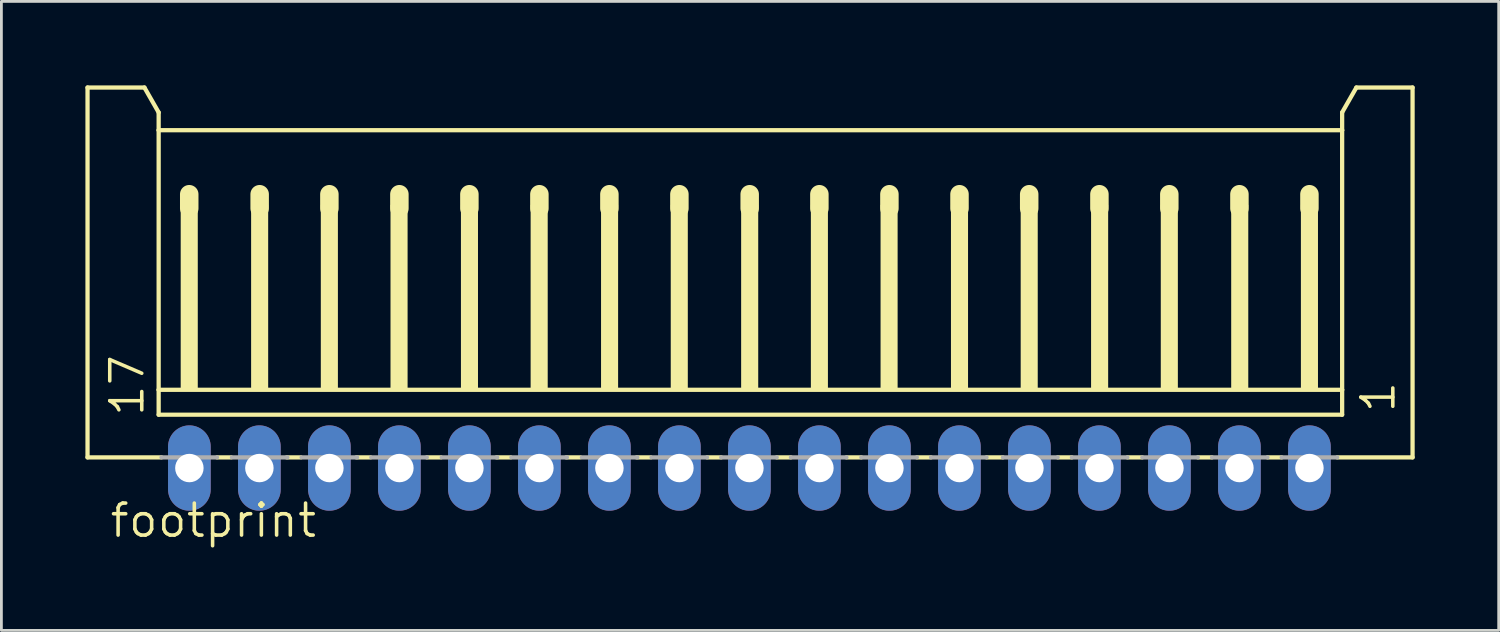
<source format=kicad_pcb>
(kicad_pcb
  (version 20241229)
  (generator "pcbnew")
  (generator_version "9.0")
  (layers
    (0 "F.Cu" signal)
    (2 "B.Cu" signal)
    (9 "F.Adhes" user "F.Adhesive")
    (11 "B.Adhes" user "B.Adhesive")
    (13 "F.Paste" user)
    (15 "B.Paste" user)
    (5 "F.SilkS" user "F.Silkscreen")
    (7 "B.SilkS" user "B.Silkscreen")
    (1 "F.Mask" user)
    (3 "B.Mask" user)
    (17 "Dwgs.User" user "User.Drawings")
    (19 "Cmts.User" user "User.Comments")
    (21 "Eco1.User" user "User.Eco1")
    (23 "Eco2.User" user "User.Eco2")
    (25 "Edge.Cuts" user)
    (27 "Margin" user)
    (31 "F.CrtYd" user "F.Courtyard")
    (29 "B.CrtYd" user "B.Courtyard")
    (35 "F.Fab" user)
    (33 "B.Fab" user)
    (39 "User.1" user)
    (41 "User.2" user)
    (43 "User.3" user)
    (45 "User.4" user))
  (footprint "footprint"
    (layer "F.Cu")
    (at 23.713 7.415)
    (property "Reference" "footprint" (at -22.901 8.79 0) (layer "F.SilkS") (effects (font (size 1.143 1.143) (thickness 0.127)) (justify left bottom)))
    (fp_line (start -23.637 -7.339) (end -21.605 -7.339) (stroke (width 0.152) (type solid)) (layer "F.SilkS"))
    (fp_line (start -23.637 5.869) (end -23.637 -7.339) (stroke (width 0.152) (type solid)) (layer "F.SilkS"))
    (fp_line (start -21.605 -7.339) (end -21.097 -6.45) (stroke (width 0.152) (type solid)) (layer "F.SilkS"))
    (fp_line (start -21.097 -6.45) (end -21.097 -5.815) (stroke (width 0.152) (type solid)) (layer "F.SilkS"))
    (fp_line (start -21.097 -5.815) (end -21.097 3.456) (stroke (width 0.152) (type solid)) (layer "F.SilkS"))
    (fp_line (start -21.097 3.456) (end -21.097 4.345) (stroke (width 0.152) (type solid)) (layer "F.SilkS"))
    (fp_line (start -20.996 5.869) (end -23.637 5.869) (stroke (width 0.152) (type solid)) (layer "F.SilkS"))
    (fp_line (start -20.005 -3.529) (end -20.005 -3.021) (stroke (width 0.66) (type solid)) (layer "F.SilkS"))
    (fp_line (start -18.506 5.869) (end -19.014 5.869) (stroke (width 0.152) (type solid)) (layer "F.SilkS"))
    (fp_line (start -17.49 -3.529) (end -17.49 -3.021) (stroke (width 0.66) (type solid)) (layer "F.SilkS"))
    (fp_line (start -16.017 5.869) (end -16.525 5.869) (stroke (width 0.152) (type solid)) (layer "F.SilkS"))
    (fp_line (start -15 -3.529) (end -15 -3.021) (stroke (width 0.66) (type solid)) (layer "F.SilkS"))
    (fp_line (start -13.528 5.869) (end -14.036 5.869) (stroke (width 0.152) (type solid)) (layer "F.SilkS"))
    (fp_line (start -12.5 -3.529) (end -12.5 -3.021) (stroke (width 0.66) (type solid)) (layer "F.SilkS"))
    (fp_line (start -11.013 5.869) (end -11.521 5.869) (stroke (width 0.152) (type solid)) (layer "F.SilkS"))
    (fp_line (start -10 -3.529) (end -10 -3.021) (stroke (width 0.66) (type solid)) (layer "F.SilkS"))
    (fp_line (start -8.524 5.869) (end -9.032 5.869) (stroke (width 0.152) (type solid)) (layer "F.SilkS"))
    (fp_line (start -7.5 -3.529) (end -7.5 -3.021) (stroke (width 0.66) (type solid)) (layer "F.SilkS"))
    (fp_line (start -6.035 5.869) (end -6.543 5.869) (stroke (width 0.152) (type solid)) (layer "F.SilkS"))
    (fp_line (start -5 -3.529) (end -5 -3.021) (stroke (width 0.66) (type solid)) (layer "F.SilkS"))
    (fp_line (start -3.52 5.869) (end -4.028 5.869) (stroke (width 0.152) (type solid)) (layer "F.SilkS"))
    (fp_line (start -2.5 -3.529) (end -2.5 -3.021) (stroke (width 0.66) (type solid)) (layer "F.SilkS"))
    (fp_line (start -1.006 5.869) (end -1.514 5.869) (stroke (width 0.152) (type solid)) (layer "F.SilkS"))
    (fp_line (start 0.01 -3.529) (end 0.01 -3.021) (stroke (width 0.66) (type solid)) (layer "F.SilkS"))
    (fp_line (start 1.483 5.869) (end 0.975 5.869) (stroke (width 0.152) (type solid)) (layer "F.SilkS"))
    (fp_line (start 2.499 -3.529) (end 2.499 -3.021) (stroke (width 0.66) (type solid)) (layer "F.SilkS"))
    (fp_line (start 3.998 5.869) (end 3.465 5.869) (stroke (width 0.152) (type solid)) (layer "F.SilkS"))
    (fp_line (start 5 -3.529) (end 5 -3.021) (stroke (width 0.66) (type solid)) (layer "F.SilkS"))
    (fp_line (start 6.487 5.869) (end 5.979 5.869) (stroke (width 0.152) (type solid)) (layer "F.SilkS"))
    (fp_line (start 7.503 -3.529) (end 7.503 -3.021) (stroke (width 0.66) (type solid)) (layer "F.SilkS"))
    (fp_line (start 9.053 5.869) (end 8.468 5.869) (stroke (width 0.152) (type solid)) (layer "F.SilkS"))
    (fp_line (start 9.992 -3.529) (end 9.992 -3.021) (stroke (width 0.66) (type solid)) (layer "F.SilkS"))
    (fp_line (start 11.516 5.869) (end 11.008 5.869) (stroke (width 0.152) (type solid)) (layer "F.SilkS"))
    (fp_line (start 12.5 -3.529) (end 12.5 -3.021) (stroke (width 0.66) (type solid)) (layer "F.SilkS"))
    (fp_line (start 14.031 5.869) (end 13.498 5.869) (stroke (width 0.152) (type solid)) (layer "F.SilkS"))
    (fp_line (start 14.996 -3.529) (end 14.996 -3.021) (stroke (width 0.66) (type solid)) (layer "F.SilkS"))
    (fp_line (start 16.52 5.869) (end 16.012 5.869) (stroke (width 0.152) (type solid)) (layer "F.SilkS"))
    (fp_line (start 17.5 -3.529) (end 17.5 -3.021) (stroke (width 0.66) (type solid)) (layer "F.SilkS"))
    (fp_line (start 19.009 5.869) (end 18.501 5.869) (stroke (width 0.152) (type solid)) (layer "F.SilkS"))
    (fp_line (start 20 -3.529) (end 20 -3.021) (stroke (width 0.66) (type solid)) (layer "F.SilkS"))
    (fp_line (start 21.168 -6.45) (end 21.168 -5.815) (stroke (width 0.152) (type solid)) (layer "F.SilkS"))
    (fp_line (start 21.168 -6.45) (end 21.676 -7.339) (stroke (width 0.152) (type solid)) (layer "F.SilkS"))
    (fp_line (start 21.168 -5.815) (end -21.097 -5.815) (stroke (width 0.152) (type solid)) (layer "F.SilkS"))
    (fp_line (start 21.168 -5.815) (end 21.168 3.456) (stroke (width 0.152) (type solid)) (layer "F.SilkS"))
    (fp_line (start 21.168 3.456) (end -21.097 3.456) (stroke (width 0.152) (type solid)) (layer "F.SilkS"))
    (fp_line (start 21.168 3.456) (end 21.168 4.345) (stroke (width 0.152) (type solid)) (layer "F.SilkS"))
    (fp_line (start 21.168 4.345) (end -21.097 4.345) (stroke (width 0.152) (type solid)) (layer "F.SilkS"))
    (fp_line (start 23.683 -7.339) (end 21.676 -7.339) (stroke (width 0.152) (type solid)) (layer "F.SilkS"))
    (fp_line (start 23.683 5.869) (end 20.991 5.869) (stroke (width 0.152) (type solid)) (layer "F.SilkS"))
    (fp_line (start 23.683 5.869) (end 23.683 -7.339) (stroke (width 0.152) (type solid)) (layer "F.SilkS"))
    (fp_poly (pts (xy -20.31 3.456) (xy -19.7 3.456) (xy -19.7 -3.148) (xy -20.31 -3.148)) (stroke (width 0) (type solid)) (fill yes) (layer "F.SilkS"))
    (fp_poly (pts (xy -17.795 3.456) (xy -17.186 3.456) (xy -17.186 -3.148) (xy -17.795 -3.148)) (stroke (width 0) (type solid)) (fill yes) (layer "F.SilkS"))
    (fp_poly (pts (xy -15.306 3.456) (xy -14.696 3.456) (xy -14.696 -3.148) (xy -15.306 -3.148)) (stroke (width 0) (type solid)) (fill yes) (layer "F.SilkS"))
    (fp_poly (pts (xy -12.817 3.456) (xy -12.207 3.456) (xy -12.207 -3.148) (xy -12.817 -3.148)) (stroke (width 0) (type solid)) (fill yes) (layer "F.SilkS"))
    (fp_poly (pts (xy -10.302 3.456) (xy -9.693 3.456) (xy -9.693 -3.148) (xy -10.302 -3.148)) (stroke (width 0) (type solid)) (fill yes) (layer "F.SilkS"))
    (fp_poly (pts (xy -7.813 3.456) (xy -7.203 3.456) (xy -7.203 -3.148) (xy -7.813 -3.148)) (stroke (width 0) (type solid)) (fill yes) (layer "F.SilkS"))
    (fp_poly (pts (xy -5.298 3.456) (xy -4.689 3.456) (xy -4.689 -3.148) (xy -5.298 -3.148)) (stroke (width 0) (type solid)) (fill yes) (layer "F.SilkS"))
    (fp_poly (pts (xy -2.809 3.456) (xy -2.2 3.456) (xy -2.2 -3.148) (xy -2.809 -3.148)) (stroke (width 0) (type solid)) (fill yes) (layer "F.SilkS"))
    (fp_poly (pts (xy -0.295 3.456) (xy 0.315 3.456) (xy 0.315 -3.148) (xy -0.295 -3.148)) (stroke (width 0) (type solid)) (fill yes) (layer "F.SilkS"))
    (fp_poly (pts (xy 2.195 3.456) (xy 2.804 3.456) (xy 2.804 -3.148) (xy 2.195 -3.148)) (stroke (width 0) (type solid)) (fill yes) (layer "F.SilkS"))
    (fp_poly (pts (xy 4.684 3.456) (xy 5.293 3.456) (xy 5.293 -3.148) (xy 4.684 -3.148)) (stroke (width 0) (type solid)) (fill yes) (layer "F.SilkS"))
    (fp_poly (pts (xy 7.198 3.456) (xy 7.808 3.456) (xy 7.808 -3.148) (xy 7.198 -3.148)) (stroke (width 0) (type solid)) (fill yes) (layer "F.SilkS"))
    (fp_poly (pts (xy 9.688 3.456) (xy 10.297 3.456) (xy 10.297 -3.148) (xy 9.688 -3.148)) (stroke (width 0) (type solid)) (fill yes) (layer "F.SilkS"))
    (fp_poly (pts (xy 12.202 3.456) (xy 12.812 3.456) (xy 12.812 -3.148) (xy 12.202 -3.148)) (stroke (width 0) (type solid)) (fill yes) (layer "F.SilkS"))
    (fp_poly (pts (xy 14.691 3.456) (xy 15.301 3.456) (xy 15.301 -3.148) (xy 14.691 -3.148)) (stroke (width 0) (type solid)) (fill yes) (layer "F.SilkS"))
    (fp_poly (pts (xy 17.206 3.456) (xy 17.816 3.456) (xy 17.816 -3.148) (xy 17.206 -3.148)) (stroke (width 0) (type solid)) (fill yes) (layer "F.SilkS"))
    (fp_poly (pts (xy 19.695 3.456) (xy 20.305 3.456) (xy 20.305 -3.148) (xy 19.695 -3.148)) (stroke (width 0) (type solid)) (fill yes) (layer "F.SilkS"))
    (fp_line (start -20.996 5.869) (end -19.014 5.869) (stroke (width 0.152) (type solid)) (layer "F.Fab"))
    (fp_line (start -18.481 5.869) (end -16.5 5.869) (stroke (width 0.152) (type solid)) (layer "F.Fab"))
    (fp_line (start -15.992 5.869) (end -14.011 5.869) (stroke (width 0.152) (type solid)) (layer "F.Fab"))
    (fp_line (start -13.503 5.869) (end -11.521 5.869) (stroke (width 0.152) (type solid)) (layer "F.Fab"))
    (fp_line (start -10.988 5.869) (end -9.007 5.869) (stroke (width 0.152) (type solid)) (layer "F.Fab"))
    (fp_line (start -8.499 5.869) (end -6.518 5.869) (stroke (width 0.152) (type solid)) (layer "F.Fab"))
    (fp_line (start -5.984 5.869) (end -4.003 5.869) (stroke (width 0.152) (type solid)) (layer "F.Fab"))
    (fp_line (start -3.495 5.869) (end -1.514 5.869) (stroke (width 0.152) (type solid)) (layer "F.Fab"))
    (fp_line (start -1.006 5.869) (end 0.975 5.869) (stroke (width 0.152) (type solid)) (layer "F.Fab"))
    (fp_line (start 1.483 5.869) (end 3.465 5.869) (stroke (width 0.152) (type solid)) (layer "F.Fab"))
    (fp_line (start 3.998 5.869) (end 5.979 5.869) (stroke (width 0.152) (type solid)) (layer "F.Fab"))
    (fp_line (start 6.487 5.869) (end 8.468 5.869) (stroke (width 0.152) (type solid)) (layer "F.Fab"))
    (fp_line (start 9.053 5.869) (end 11.008 5.869) (stroke (width 0.152) (type solid)) (layer "F.Fab"))
    (fp_line (start 11.516 5.869) (end 13.498 5.869) (stroke (width 0.152) (type solid)) (layer "F.Fab"))
    (fp_line (start 14.031 5.869) (end 16.012 5.869) (stroke (width 0.152) (type solid)) (layer "F.Fab"))
    (fp_line (start 16.52 5.869) (end 18.501 5.869) (stroke (width 0.152) (type solid)) (layer "F.Fab"))
    (fp_line (start 19.009 5.869) (end 20.991 5.869) (stroke (width 0.152) (type solid)) (layer "F.Fab"))
    (fp_poly (pts (xy -20.31 6.504) (xy -19.7 6.504) (xy -19.7 5.869) (xy -20.31 5.869)) (stroke (width 0.1) (type solid)) (fill no) (layer "F.Fab"))
    (fp_poly (pts (xy -17.795 6.504) (xy -17.186 6.504) (xy -17.186 5.869) (xy -17.795 5.869)) (stroke (width 0.1) (type solid)) (fill no) (layer "F.Fab"))
    (fp_poly (pts (xy -15.306 6.504) (xy -14.696 6.504) (xy -14.696 5.869) (xy -15.306 5.869)) (stroke (width 0.1) (type solid)) (fill no) (layer "F.Fab"))
    (fp_poly (pts (xy -12.817 6.504) (xy -12.207 6.504) (xy -12.207 5.869) (xy -12.817 5.869)) (stroke (width 0.1) (type solid)) (fill no) (layer "F.Fab"))
    (fp_poly (pts (xy -10.302 6.504) (xy -9.693 6.504) (xy -9.693 5.869) (xy -10.302 5.869)) (stroke (width 0.1) (type solid)) (fill no) (layer "F.Fab"))
    (fp_poly (pts (xy -7.813 6.504) (xy -7.203 6.504) (xy -7.203 5.869) (xy -7.813 5.869)) (stroke (width 0.1) (type solid)) (fill no) (layer "F.Fab"))
    (fp_poly (pts (xy -5.298 6.504) (xy -4.689 6.504) (xy -4.689 5.869) (xy -5.298 5.869)) (stroke (width 0.1) (type solid)) (fill no) (layer "F.Fab"))
    (fp_poly (pts (xy -2.809 6.504) (xy -2.2 6.504) (xy -2.2 5.869) (xy -2.809 5.869)) (stroke (width 0.1) (type solid)) (fill no) (layer "F.Fab"))
    (fp_poly (pts (xy -0.295 6.504) (xy 0.315 6.504) (xy 0.315 5.869) (xy -0.295 5.869)) (stroke (width 0.1) (type solid)) (fill no) (layer "F.Fab"))
    (fp_poly (pts (xy 2.195 6.504) (xy 2.804 6.504) (xy 2.804 5.869) (xy 2.195 5.869)) (stroke (width 0.1) (type solid)) (fill no) (layer "F.Fab"))
    (fp_poly (pts (xy 4.684 6.504) (xy 5.293 6.504) (xy 5.293 5.869) (xy 4.684 5.869)) (stroke (width 0.1) (type solid)) (fill no) (layer "F.Fab"))
    (fp_poly (pts (xy 7.198 6.504) (xy 7.808 6.504) (xy 7.808 5.869) (xy 7.198 5.869)) (stroke (width 0.1) (type solid)) (fill no) (layer "F.Fab"))
    (fp_poly (pts (xy 9.688 6.504) (xy 10.297 6.504) (xy 10.297 5.869) (xy 9.688 5.869)) (stroke (width 0.1) (type solid)) (fill no) (layer "F.Fab"))
    (fp_poly (pts (xy 12.202 6.504) (xy 12.812 6.504) (xy 12.812 5.869) (xy 12.202 5.869)) (stroke (width 0.1) (type solid)) (fill no) (layer "F.Fab"))
    (fp_poly (pts (xy 14.691 6.504) (xy 15.301 6.504) (xy 15.301 5.869) (xy 14.691 5.869)) (stroke (width 0.1) (type solid)) (fill no) (layer "F.Fab"))
    (fp_poly (pts (xy 17.206 6.504) (xy 17.816 6.504) (xy 17.816 5.869) (xy 17.206 5.869)) (stroke (width 0.1) (type solid)) (fill no) (layer "F.Fab"))
    (fp_poly (pts (xy 19.695 6.504) (xy 20.305 6.504) (xy 20.305 5.869) (xy 19.695 5.869)) (stroke (width 0.1) (type solid)) (fill no) (layer "F.Fab"))
    (fp_text user "17" (at -21.554 4.472 90) (layer "F.SilkS") (effects (font (size 1.143 1.143) (thickness 0.127)) (justify left bottom)))
    (fp_text user "1" (at 23.124 4.345 90) (layer "F.SilkS") (effects (font (size 1.143 1.143) (thickness 0.127)) (justify left bottom)))
    (pad "1" thru_hole oval (at 20 6.25 90) (size 3.048 1.524) (drill 1.016) (layers "*.Cu" "*.Mask"))
    (pad "2" thru_hole oval (at 17.5 6.25 90) (size 3.048 1.524) (drill 1.016) (layers "*.Cu" "*.Mask"))
    (pad "3" thru_hole oval (at 15 6.25 90) (size 3.048 1.524) (drill 1.016) (layers "*.Cu" "*.Mask"))
    (pad "4" thru_hole oval (at 12.5 6.25 90) (size 3.048 1.524) (drill 1.016) (layers "*.Cu" "*.Mask"))
    (pad "5" thru_hole oval (at 10 6.25 90) (size 3.048 1.524) (drill 1.016) (layers "*.Cu" "*.Mask"))
    (pad "6" thru_hole oval (at 7.5 6.25 90) (size 3.048 1.524) (drill 1.016) (layers "*.Cu" "*.Mask"))
    (pad "7" thru_hole oval (at 5 6.25 90) (size 3.048 1.524) (drill 1.016) (layers "*.Cu" "*.Mask"))
    (pad "8" thru_hole oval (at 2.5 6.25 90) (size 3.048 1.524) (drill 1.016) (layers "*.Cu" "*.Mask"))
    (pad "9" thru_hole oval (at 0 6.25 90) (size 3.048 1.524) (drill 1.016) (layers "*.Cu" "*.Mask"))
    (pad "10" thru_hole oval (at -2.5 6.25 90) (size 3.048 1.524) (drill 1.016) (layers "*.Cu" "*.Mask"))
    (pad "11" thru_hole oval (at -5 6.25 90) (size 3.048 1.524) (drill 1.016) (layers "*.Cu" "*.Mask"))
    (pad "12" thru_hole oval (at -7.5 6.25 90) (size 3.048 1.524) (drill 1.016) (layers "*.Cu" "*.Mask"))
    (pad "13" thru_hole oval (at -10 6.25 90) (size 3.048 1.524) (drill 1.016) (layers "*.Cu" "*.Mask"))
    (pad "14" thru_hole oval (at -12.5 6.25 90) (size 3.048 1.524) (drill 1.016) (layers "*.Cu" "*.Mask"))
    (pad "15" thru_hole oval (at -15 6.25 90) (size 3.048 1.524) (drill 1.016) (layers "*.Cu" "*.Mask"))
    (pad "16" thru_hole oval (at -17.5 6.25 90) (size 3.048 1.524) (drill 1.016) (layers "*.Cu" "*.Mask"))
    (pad "17" thru_hole oval (at -20 6.25 90) (size 3.048 1.524) (drill 1.016) (layers "*.Cu" "*.Mask")))
  (gr_rect
    (start -3 -3)
    (end 50.472 19.464)
    (stroke (width 0.1) (type default))
    (fill no)
    (layer "Edge.Cuts")))
</source>
